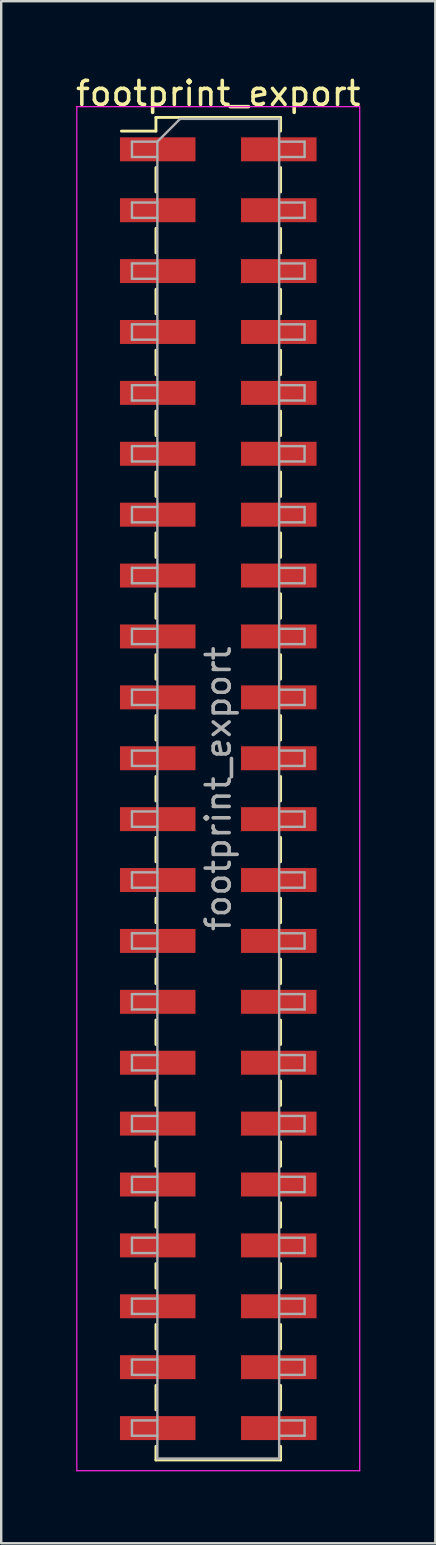
<source format=kicad_pcb>
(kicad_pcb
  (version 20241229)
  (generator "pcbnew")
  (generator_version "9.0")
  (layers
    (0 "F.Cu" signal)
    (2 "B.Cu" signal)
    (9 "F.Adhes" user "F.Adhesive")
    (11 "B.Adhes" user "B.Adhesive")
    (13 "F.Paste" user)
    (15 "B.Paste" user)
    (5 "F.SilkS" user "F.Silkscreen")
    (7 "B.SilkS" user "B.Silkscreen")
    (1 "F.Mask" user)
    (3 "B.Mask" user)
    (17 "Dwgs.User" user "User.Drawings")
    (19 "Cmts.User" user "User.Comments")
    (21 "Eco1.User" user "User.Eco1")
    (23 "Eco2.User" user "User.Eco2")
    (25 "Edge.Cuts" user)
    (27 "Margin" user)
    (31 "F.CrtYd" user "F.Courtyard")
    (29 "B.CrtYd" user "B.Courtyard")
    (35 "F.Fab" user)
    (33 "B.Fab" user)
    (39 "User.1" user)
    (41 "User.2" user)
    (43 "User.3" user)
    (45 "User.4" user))
  (footprint "footprint_export"
    (layer "F.Cu")
    (at 6.054 29.848)
    (property "Reference" "footprint_export" (at 0 -29 0) (layer "F.SilkS") (effects (font (size 1 1) (thickness 0.15))))
    (attr smd)
    (fp_line (start -4.04 -27.43) (end -2.6 -27.43) (stroke (width 0.12) (type solid)) (layer "F.SilkS"))
    (fp_line (start -2.6 -28) (end -2.6 -27.43) (stroke (width 0.12) (type solid)) (layer "F.SilkS"))
    (fp_line (start -2.6 -28) (end 2.6 -28) (stroke (width 0.12) (type solid)) (layer "F.SilkS"))
    (fp_line (start -2.6 -25.91) (end -2.6 -24.89) (stroke (width 0.12) (type solid)) (layer "F.SilkS"))
    (fp_line (start -2.6 -23.37) (end -2.6 -22.35) (stroke (width 0.12) (type solid)) (layer "F.SilkS"))
    (fp_line (start -2.6 -20.83) (end -2.6 -19.81) (stroke (width 0.12) (type solid)) (layer "F.SilkS"))
    (fp_line (start -2.6 -18.29) (end -2.6 -17.27) (stroke (width 0.12) (type solid)) (layer "F.SilkS"))
    (fp_line (start -2.6 -15.75) (end -2.6 -14.73) (stroke (width 0.12) (type solid)) (layer "F.SilkS"))
    (fp_line (start -2.6 -13.21) (end -2.6 -12.19) (stroke (width 0.12) (type solid)) (layer "F.SilkS"))
    (fp_line (start -2.6 -10.67) (end -2.6 -9.65) (stroke (width 0.12) (type solid)) (layer "F.SilkS"))
    (fp_line (start -2.6 -8.13) (end -2.6 -7.11) (stroke (width 0.12) (type solid)) (layer "F.SilkS"))
    (fp_line (start -2.6 -5.59) (end -2.6 -4.57) (stroke (width 0.12) (type solid)) (layer "F.SilkS"))
    (fp_line (start -2.6 -3.05) (end -2.6 -2.03) (stroke (width 0.12) (type solid)) (layer "F.SilkS"))
    (fp_line (start -2.6 -0.51) (end -2.6 0.51) (stroke (width 0.12) (type solid)) (layer "F.SilkS"))
    (fp_line (start -2.6 2.03) (end -2.6 3.05) (stroke (width 0.12) (type solid)) (layer "F.SilkS"))
    (fp_line (start -2.6 4.57) (end -2.6 5.59) (stroke (width 0.12) (type solid)) (layer "F.SilkS"))
    (fp_line (start -2.6 7.11) (end -2.6 8.13) (stroke (width 0.12) (type solid)) (layer "F.SilkS"))
    (fp_line (start -2.6 9.65) (end -2.6 10.67) (stroke (width 0.12) (type solid)) (layer "F.SilkS"))
    (fp_line (start -2.6 12.19) (end -2.6 13.21) (stroke (width 0.12) (type solid)) (layer "F.SilkS"))
    (fp_line (start -2.6 14.73) (end -2.6 15.75) (stroke (width 0.12) (type solid)) (layer "F.SilkS"))
    (fp_line (start -2.6 17.27) (end -2.6 18.29) (stroke (width 0.12) (type solid)) (layer "F.SilkS"))
    (fp_line (start -2.6 19.81) (end -2.6 20.83) (stroke (width 0.12) (type solid)) (layer "F.SilkS"))
    (fp_line (start -2.6 22.35) (end -2.6 23.37) (stroke (width 0.12) (type solid)) (layer "F.SilkS"))
    (fp_line (start -2.6 24.89) (end -2.6 25.91) (stroke (width 0.12) (type solid)) (layer "F.SilkS"))
    (fp_line (start -2.6 27.43) (end -2.6 28) (stroke (width 0.12) (type solid)) (layer "F.SilkS"))
    (fp_line (start -2.6 28) (end 2.6 28) (stroke (width 0.12) (type solid)) (layer "F.SilkS"))
    (fp_line (start 2.6 -28) (end 2.6 -27.43) (stroke (width 0.12) (type solid)) (layer "F.SilkS"))
    (fp_line (start 2.6 -25.91) (end 2.6 -24.89) (stroke (width 0.12) (type solid)) (layer "F.SilkS"))
    (fp_line (start 2.6 -23.37) (end 2.6 -22.35) (stroke (width 0.12) (type solid)) (layer "F.SilkS"))
    (fp_line (start 2.6 -20.83) (end 2.6 -19.81) (stroke (width 0.12) (type solid)) (layer "F.SilkS"))
    (fp_line (start 2.6 -18.29) (end 2.6 -17.27) (stroke (width 0.12) (type solid)) (layer "F.SilkS"))
    (fp_line (start 2.6 -15.75) (end 2.6 -14.73) (stroke (width 0.12) (type solid)) (layer "F.SilkS"))
    (fp_line (start 2.6 -13.21) (end 2.6 -12.19) (stroke (width 0.12) (type solid)) (layer "F.SilkS"))
    (fp_line (start 2.6 -10.67) (end 2.6 -9.65) (stroke (width 0.12) (type solid)) (layer "F.SilkS"))
    (fp_line (start 2.6 -8.13) (end 2.6 -7.11) (stroke (width 0.12) (type solid)) (layer "F.SilkS"))
    (fp_line (start 2.6 -5.59) (end 2.6 -4.57) (stroke (width 0.12) (type solid)) (layer "F.SilkS"))
    (fp_line (start 2.6 -3.05) (end 2.6 -2.03) (stroke (width 0.12) (type solid)) (layer "F.SilkS"))
    (fp_line (start 2.6 -0.51) (end 2.6 0.51) (stroke (width 0.12) (type solid)) (layer "F.SilkS"))
    (fp_line (start 2.6 2.03) (end 2.6 3.05) (stroke (width 0.12) (type solid)) (layer "F.SilkS"))
    (fp_line (start 2.6 4.57) (end 2.6 5.59) (stroke (width 0.12) (type solid)) (layer "F.SilkS"))
    (fp_line (start 2.6 7.11) (end 2.6 8.13) (stroke (width 0.12) (type solid)) (layer "F.SilkS"))
    (fp_line (start 2.6 9.65) (end 2.6 10.67) (stroke (width 0.12) (type solid)) (layer "F.SilkS"))
    (fp_line (start 2.6 12.19) (end 2.6 13.21) (stroke (width 0.12) (type solid)) (layer "F.SilkS"))
    (fp_line (start 2.6 14.73) (end 2.6 15.75) (stroke (width 0.12) (type solid)) (layer "F.SilkS"))
    (fp_line (start 2.6 17.27) (end 2.6 18.29) (stroke (width 0.12) (type solid)) (layer "F.SilkS"))
    (fp_line (start 2.6 19.81) (end 2.6 20.83) (stroke (width 0.12) (type solid)) (layer "F.SilkS"))
    (fp_line (start 2.6 22.35) (end 2.6 23.37) (stroke (width 0.12) (type solid)) (layer "F.SilkS"))
    (fp_line (start 2.6 24.89) (end 2.6 25.91) (stroke (width 0.12) (type solid)) (layer "F.SilkS"))
    (fp_line (start 2.6 27.43) (end 2.6 28) (stroke (width 0.12) (type solid)) (layer "F.SilkS"))
    (fp_line (start -5.9 -28.45) (end -5.9 28.45) (stroke (width 0.05) (type solid)) (layer "F.CrtYd"))
    (fp_line (start -5.9 28.45) (end 5.9 28.45) (stroke (width 0.05) (type solid)) (layer "F.CrtYd"))
    (fp_line (start 5.9 -28.45) (end -5.9 -28.45) (stroke (width 0.05) (type solid)) (layer "F.CrtYd"))
    (fp_line (start 5.9 28.45) (end 5.9 -28.45) (stroke (width 0.05) (type solid)) (layer "F.CrtYd"))
    (fp_line (start -3.6 -26.99) (end -3.6 -26.35) (stroke (width 0.1) (type solid)) (layer "F.Fab"))
    (fp_line (start -3.6 -26.35) (end -2.54 -26.35) (stroke (width 0.1) (type solid)) (layer "F.Fab"))
    (fp_line (start -3.6 -24.45) (end -3.6 -23.81) (stroke (width 0.1) (type solid)) (layer "F.Fab"))
    (fp_line (start -3.6 -23.81) (end -2.54 -23.81) (stroke (width 0.1) (type solid)) (layer "F.Fab"))
    (fp_line (start -3.6 -21.91) (end -3.6 -21.27) (stroke (width 0.1) (type solid)) (layer "F.Fab"))
    (fp_line (start -3.6 -21.27) (end -2.54 -21.27) (stroke (width 0.1) (type solid)) (layer "F.Fab"))
    (fp_line (start -3.6 -19.37) (end -3.6 -18.73) (stroke (width 0.1) (type solid)) (layer "F.Fab"))
    (fp_line (start -3.6 -18.73) (end -2.54 -18.73) (stroke (width 0.1) (type solid)) (layer "F.Fab"))
    (fp_line (start -3.6 -16.83) (end -3.6 -16.19) (stroke (width 0.1) (type solid)) (layer "F.Fab"))
    (fp_line (start -3.6 -16.19) (end -2.54 -16.19) (stroke (width 0.1) (type solid)) (layer "F.Fab"))
    (fp_line (start -3.6 -14.29) (end -3.6 -13.65) (stroke (width 0.1) (type solid)) (layer "F.Fab"))
    (fp_line (start -3.6 -13.65) (end -2.54 -13.65) (stroke (width 0.1) (type solid)) (layer "F.Fab"))
    (fp_line (start -3.6 -11.75) (end -3.6 -11.11) (stroke (width 0.1) (type solid)) (layer "F.Fab"))
    (fp_line (start -3.6 -11.11) (end -2.54 -11.11) (stroke (width 0.1) (type solid)) (layer "F.Fab"))
    (fp_line (start -3.6 -9.21) (end -3.6 -8.57) (stroke (width 0.1) (type solid)) (layer "F.Fab"))
    (fp_line (start -3.6 -8.57) (end -2.54 -8.57) (stroke (width 0.1) (type solid)) (layer "F.Fab"))
    (fp_line (start -3.6 -6.67) (end -3.6 -6.03) (stroke (width 0.1) (type solid)) (layer "F.Fab"))
    (fp_line (start -3.6 -6.03) (end -2.54 -6.03) (stroke (width 0.1) (type solid)) (layer "F.Fab"))
    (fp_line (start -3.6 -4.13) (end -3.6 -3.49) (stroke (width 0.1) (type solid)) (layer "F.Fab"))
    (fp_line (start -3.6 -3.49) (end -2.54 -3.49) (stroke (width 0.1) (type solid)) (layer "F.Fab"))
    (fp_line (start -3.6 -1.59) (end -3.6 -0.95) (stroke (width 0.1) (type solid)) (layer "F.Fab"))
    (fp_line (start -3.6 -0.95) (end -2.54 -0.95) (stroke (width 0.1) (type solid)) (layer "F.Fab"))
    (fp_line (start -3.6 0.95) (end -3.6 1.59) (stroke (width 0.1) (type solid)) (layer "F.Fab"))
    (fp_line (start -3.6 1.59) (end -2.54 1.59) (stroke (width 0.1) (type solid)) (layer "F.Fab"))
    (fp_line (start -3.6 3.49) (end -3.6 4.13) (stroke (width 0.1) (type solid)) (layer "F.Fab"))
    (fp_line (start -3.6 4.13) (end -2.54 4.13) (stroke (width 0.1) (type solid)) (layer "F.Fab"))
    (fp_line (start -3.6 6.03) (end -3.6 6.67) (stroke (width 0.1) (type solid)) (layer "F.Fab"))
    (fp_line (start -3.6 6.67) (end -2.54 6.67) (stroke (width 0.1) (type solid)) (layer "F.Fab"))
    (fp_line (start -3.6 8.57) (end -3.6 9.21) (stroke (width 0.1) (type solid)) (layer "F.Fab"))
    (fp_line (start -3.6 9.21) (end -2.54 9.21) (stroke (width 0.1) (type solid)) (layer "F.Fab"))
    (fp_line (start -3.6 11.11) (end -3.6 11.75) (stroke (width 0.1) (type solid)) (layer "F.Fab"))
    (fp_line (start -3.6 11.75) (end -2.54 11.75) (stroke (width 0.1) (type solid)) (layer "F.Fab"))
    (fp_line (start -3.6 13.65) (end -3.6 14.29) (stroke (width 0.1) (type solid)) (layer "F.Fab"))
    (fp_line (start -3.6 14.29) (end -2.54 14.29) (stroke (width 0.1) (type solid)) (layer "F.Fab"))
    (fp_line (start -3.6 16.19) (end -3.6 16.83) (stroke (width 0.1) (type solid)) (layer "F.Fab"))
    (fp_line (start -3.6 16.83) (end -2.54 16.83) (stroke (width 0.1) (type solid)) (layer "F.Fab"))
    (fp_line (start -3.6 18.73) (end -3.6 19.37) (stroke (width 0.1) (type solid)) (layer "F.Fab"))
    (fp_line (start -3.6 19.37) (end -2.54 19.37) (stroke (width 0.1) (type solid)) (layer "F.Fab"))
    (fp_line (start -3.6 21.27) (end -3.6 21.91) (stroke (width 0.1) (type solid)) (layer "F.Fab"))
    (fp_line (start -3.6 21.91) (end -2.54 21.91) (stroke (width 0.1) (type solid)) (layer "F.Fab"))
    (fp_line (start -3.6 23.81) (end -3.6 24.45) (stroke (width 0.1) (type solid)) (layer "F.Fab"))
    (fp_line (start -3.6 24.45) (end -2.54 24.45) (stroke (width 0.1) (type solid)) (layer "F.Fab"))
    (fp_line (start -3.6 26.35) (end -3.6 26.99) (stroke (width 0.1) (type solid)) (layer "F.Fab"))
    (fp_line (start -3.6 26.99) (end -2.54 26.99) (stroke (width 0.1) (type solid)) (layer "F.Fab"))
    (fp_line (start -2.54 -26.99) (end -3.6 -26.99) (stroke (width 0.1) (type solid)) (layer "F.Fab"))
    (fp_line (start -2.54 -26.99) (end -1.59 -27.94) (stroke (width 0.1) (type solid)) (layer "F.Fab"))
    (fp_line (start -2.54 -24.45) (end -3.6 -24.45) (stroke (width 0.1) (type solid)) (layer "F.Fab"))
    (fp_line (start -2.54 -21.91) (end -3.6 -21.91) (stroke (width 0.1) (type solid)) (layer "F.Fab"))
    (fp_line (start -2.54 -19.37) (end -3.6 -19.37) (stroke (width 0.1) (type solid)) (layer "F.Fab"))
    (fp_line (start -2.54 -16.83) (end -3.6 -16.83) (stroke (width 0.1) (type solid)) (layer "F.Fab"))
    (fp_line (start -2.54 -14.29) (end -3.6 -14.29) (stroke (width 0.1) (type solid)) (layer "F.Fab"))
    (fp_line (start -2.54 -11.75) (end -3.6 -11.75) (stroke (width 0.1) (type solid)) (layer "F.Fab"))
    (fp_line (start -2.54 -9.21) (end -3.6 -9.21) (stroke (width 0.1) (type solid)) (layer "F.Fab"))
    (fp_line (start -2.54 -6.67) (end -3.6 -6.67) (stroke (width 0.1) (type solid)) (layer "F.Fab"))
    (fp_line (start -2.54 -4.13) (end -3.6 -4.13) (stroke (width 0.1) (type solid)) (layer "F.Fab"))
    (fp_line (start -2.54 -1.59) (end -3.6 -1.59) (stroke (width 0.1) (type solid)) (layer "F.Fab"))
    (fp_line (start -2.54 0.95) (end -3.6 0.95) (stroke (width 0.1) (type solid)) (layer "F.Fab"))
    (fp_line (start -2.54 3.49) (end -3.6 3.49) (stroke (width 0.1) (type solid)) (layer "F.Fab"))
    (fp_line (start -2.54 6.03) (end -3.6 6.03) (stroke (width 0.1) (type solid)) (layer "F.Fab"))
    (fp_line (start -2.54 8.57) (end -3.6 8.57) (stroke (width 0.1) (type solid)) (layer "F.Fab"))
    (fp_line (start -2.54 11.11) (end -3.6 11.11) (stroke (width 0.1) (type solid)) (layer "F.Fab"))
    (fp_line (start -2.54 13.65) (end -3.6 13.65) (stroke (width 0.1) (type solid)) (layer "F.Fab"))
    (fp_line (start -2.54 16.19) (end -3.6 16.19) (stroke (width 0.1) (type solid)) (layer "F.Fab"))
    (fp_line (start -2.54 18.73) (end -3.6 18.73) (stroke (width 0.1) (type solid)) (layer "F.Fab"))
    (fp_line (start -2.54 21.27) (end -3.6 21.27) (stroke (width 0.1) (type solid)) (layer "F.Fab"))
    (fp_line (start -2.54 23.81) (end -3.6 23.81) (stroke (width 0.1) (type solid)) (layer "F.Fab"))
    (fp_line (start -2.54 26.35) (end -3.6 26.35) (stroke (width 0.1) (type solid)) (layer "F.Fab"))
    (fp_line (start -2.54 27.94) (end -2.54 -26.99) (stroke (width 0.1) (type solid)) (layer "F.Fab"))
    (fp_line (start -1.59 -27.94) (end 2.54 -27.94) (stroke (width 0.1) (type solid)) (layer "F.Fab"))
    (fp_line (start 2.54 -27.94) (end 2.54 27.94) (stroke (width 0.1) (type solid)) (layer "F.Fab"))
    (fp_line (start 2.54 -26.99) (end 3.6 -26.99) (stroke (width 0.1) (type solid)) (layer "F.Fab"))
    (fp_line (start 2.54 -24.45) (end 3.6 -24.45) (stroke (width 0.1) (type solid)) (layer "F.Fab"))
    (fp_line (start 2.54 -21.91) (end 3.6 -21.91) (stroke (width 0.1) (type solid)) (layer "F.Fab"))
    (fp_line (start 2.54 -19.37) (end 3.6 -19.37) (stroke (width 0.1) (type solid)) (layer "F.Fab"))
    (fp_line (start 2.54 -16.83) (end 3.6 -16.83) (stroke (width 0.1) (type solid)) (layer "F.Fab"))
    (fp_line (start 2.54 -14.29) (end 3.6 -14.29) (stroke (width 0.1) (type solid)) (layer "F.Fab"))
    (fp_line (start 2.54 -11.75) (end 3.6 -11.75) (stroke (width 0.1) (type solid)) (layer "F.Fab"))
    (fp_line (start 2.54 -9.21) (end 3.6 -9.21) (stroke (width 0.1) (type solid)) (layer "F.Fab"))
    (fp_line (start 2.54 -6.67) (end 3.6 -6.67) (stroke (width 0.1) (type solid)) (layer "F.Fab"))
    (fp_line (start 2.54 -4.13) (end 3.6 -4.13) (stroke (width 0.1) (type solid)) (layer "F.Fab"))
    (fp_line (start 2.54 -1.59) (end 3.6 -1.59) (stroke (width 0.1) (type solid)) (layer "F.Fab"))
    (fp_line (start 2.54 0.95) (end 3.6 0.95) (stroke (width 0.1) (type solid)) (layer "F.Fab"))
    (fp_line (start 2.54 3.49) (end 3.6 3.49) (stroke (width 0.1) (type solid)) (layer "F.Fab"))
    (fp_line (start 2.54 6.03) (end 3.6 6.03) (stroke (width 0.1) (type solid)) (layer "F.Fab"))
    (fp_line (start 2.54 8.57) (end 3.6 8.57) (stroke (width 0.1) (type solid)) (layer "F.Fab"))
    (fp_line (start 2.54 11.11) (end 3.6 11.11) (stroke (width 0.1) (type solid)) (layer "F.Fab"))
    (fp_line (start 2.54 13.65) (end 3.6 13.65) (stroke (width 0.1) (type solid)) (layer "F.Fab"))
    (fp_line (start 2.54 16.19) (end 3.6 16.19) (stroke (width 0.1) (type solid)) (layer "F.Fab"))
    (fp_line (start 2.54 18.73) (end 3.6 18.73) (stroke (width 0.1) (type solid)) (layer "F.Fab"))
    (fp_line (start 2.54 21.27) (end 3.6 21.27) (stroke (width 0.1) (type solid)) (layer "F.Fab"))
    (fp_line (start 2.54 23.81) (end 3.6 23.81) (stroke (width 0.1) (type solid)) (layer "F.Fab"))
    (fp_line (start 2.54 26.35) (end 3.6 26.35) (stroke (width 0.1) (type solid)) (layer "F.Fab"))
    (fp_line (start 2.54 27.94) (end -2.54 27.94) (stroke (width 0.1) (type solid)) (layer "F.Fab"))
    (fp_line (start 3.6 -26.99) (end 3.6 -26.35) (stroke (width 0.1) (type solid)) (layer "F.Fab"))
    (fp_line (start 3.6 -26.35) (end 2.54 -26.35) (stroke (width 0.1) (type solid)) (layer "F.Fab"))
    (fp_line (start 3.6 -24.45) (end 3.6 -23.81) (stroke (width 0.1) (type solid)) (layer "F.Fab"))
    (fp_line (start 3.6 -23.81) (end 2.54 -23.81) (stroke (width 0.1) (type solid)) (layer "F.Fab"))
    (fp_line (start 3.6 -21.91) (end 3.6 -21.27) (stroke (width 0.1) (type solid)) (layer "F.Fab"))
    (fp_line (start 3.6 -21.27) (end 2.54 -21.27) (stroke (width 0.1) (type solid)) (layer "F.Fab"))
    (fp_line (start 3.6 -19.37) (end 3.6 -18.73) (stroke (width 0.1) (type solid)) (layer "F.Fab"))
    (fp_line (start 3.6 -18.73) (end 2.54 -18.73) (stroke (width 0.1) (type solid)) (layer "F.Fab"))
    (fp_line (start 3.6 -16.83) (end 3.6 -16.19) (stroke (width 0.1) (type solid)) (layer "F.Fab"))
    (fp_line (start 3.6 -16.19) (end 2.54 -16.19) (stroke (width 0.1) (type solid)) (layer "F.Fab"))
    (fp_line (start 3.6 -14.29) (end 3.6 -13.65) (stroke (width 0.1) (type solid)) (layer "F.Fab"))
    (fp_line (start 3.6 -13.65) (end 2.54 -13.65) (stroke (width 0.1) (type solid)) (layer "F.Fab"))
    (fp_line (start 3.6 -11.75) (end 3.6 -11.11) (stroke (width 0.1) (type solid)) (layer "F.Fab"))
    (fp_line (start 3.6 -11.11) (end 2.54 -11.11) (stroke (width 0.1) (type solid)) (layer "F.Fab"))
    (fp_line (start 3.6 -9.21) (end 3.6 -8.57) (stroke (width 0.1) (type solid)) (layer "F.Fab"))
    (fp_line (start 3.6 -8.57) (end 2.54 -8.57) (stroke (width 0.1) (type solid)) (layer "F.Fab"))
    (fp_line (start 3.6 -6.67) (end 3.6 -6.03) (stroke (width 0.1) (type solid)) (layer "F.Fab"))
    (fp_line (start 3.6 -6.03) (end 2.54 -6.03) (stroke (width 0.1) (type solid)) (layer "F.Fab"))
    (fp_line (start 3.6 -4.13) (end 3.6 -3.49) (stroke (width 0.1) (type solid)) (layer "F.Fab"))
    (fp_line (start 3.6 -3.49) (end 2.54 -3.49) (stroke (width 0.1) (type solid)) (layer "F.Fab"))
    (fp_line (start 3.6 -1.59) (end 3.6 -0.95) (stroke (width 0.1) (type solid)) (layer "F.Fab"))
    (fp_line (start 3.6 -0.95) (end 2.54 -0.95) (stroke (width 0.1) (type solid)) (layer "F.Fab"))
    (fp_line (start 3.6 0.95) (end 3.6 1.59) (stroke (width 0.1) (type solid)) (layer "F.Fab"))
    (fp_line (start 3.6 1.59) (end 2.54 1.59) (stroke (width 0.1) (type solid)) (layer "F.Fab"))
    (fp_line (start 3.6 3.49) (end 3.6 4.13) (stroke (width 0.1) (type solid)) (layer "F.Fab"))
    (fp_line (start 3.6 4.13) (end 2.54 4.13) (stroke (width 0.1) (type solid)) (layer "F.Fab"))
    (fp_line (start 3.6 6.03) (end 3.6 6.67) (stroke (width 0.1) (type solid)) (layer "F.Fab"))
    (fp_line (start 3.6 6.67) (end 2.54 6.67) (stroke (width 0.1) (type solid)) (layer "F.Fab"))
    (fp_line (start 3.6 8.57) (end 3.6 9.21) (stroke (width 0.1) (type solid)) (layer "F.Fab"))
    (fp_line (start 3.6 9.21) (end 2.54 9.21) (stroke (width 0.1) (type solid)) (layer "F.Fab"))
    (fp_line (start 3.6 11.11) (end 3.6 11.75) (stroke (width 0.1) (type solid)) (layer "F.Fab"))
    (fp_line (start 3.6 11.75) (end 2.54 11.75) (stroke (width 0.1) (type solid)) (layer "F.Fab"))
    (fp_line (start 3.6 13.65) (end 3.6 14.29) (stroke (width 0.1) (type solid)) (layer "F.Fab"))
    (fp_line (start 3.6 14.29) (end 2.54 14.29) (stroke (width 0.1) (type solid)) (layer "F.Fab"))
    (fp_line (start 3.6 16.19) (end 3.6 16.83) (stroke (width 0.1) (type solid)) (layer "F.Fab"))
    (fp_line (start 3.6 16.83) (end 2.54 16.83) (stroke (width 0.1) (type solid)) (layer "F.Fab"))
    (fp_line (start 3.6 18.73) (end 3.6 19.37) (stroke (width 0.1) (type solid)) (layer "F.Fab"))
    (fp_line (start 3.6 19.37) (end 2.54 19.37) (stroke (width 0.1) (type solid)) (layer "F.Fab"))
    (fp_line (start 3.6 21.27) (end 3.6 21.91) (stroke (width 0.1) (type solid)) (layer "F.Fab"))
    (fp_line (start 3.6 21.91) (end 2.54 21.91) (stroke (width 0.1) (type solid)) (layer "F.Fab"))
    (fp_line (start 3.6 23.81) (end 3.6 24.45) (stroke (width 0.1) (type solid)) (layer "F.Fab"))
    (fp_line (start 3.6 24.45) (end 2.54 24.45) (stroke (width 0.1) (type solid)) (layer "F.Fab"))
    (fp_line (start 3.6 26.35) (end 3.6 26.99) (stroke (width 0.1) (type solid)) (layer "F.Fab"))
    (fp_line (start 3.6 26.99) (end 2.54 26.99) (stroke (width 0.1) (type solid)) (layer "F.Fab"))
    (fp_text user "${REFERENCE}" (at 0 0 90) (layer "F.Fab") (effects (font (size 1 1) (thickness 0.15))))
    (pad "1" smd rect (at -2.525 -26.67) (size 3.15 1) (layers "F.Cu" "F.Mask" "F.Paste"))
    (pad "2" smd rect (at 2.525 -26.67) (size 3.15 1) (layers "F.Cu" "F.Mask" "F.Paste"))
    (pad "3" smd rect (at -2.525 -24.13) (size 3.15 1) (layers "F.Cu" "F.Mask" "F.Paste"))
    (pad "4" smd rect (at 2.525 -24.13) (size 3.15 1) (layers "F.Cu" "F.Mask" "F.Paste"))
    (pad "5" smd rect (at -2.525 -21.59) (size 3.15 1) (layers "F.Cu" "F.Mask" "F.Paste"))
    (pad "6" smd rect (at 2.525 -21.59) (size 3.15 1) (layers "F.Cu" "F.Mask" "F.Paste"))
    (pad "7" smd rect (at -2.525 -19.05) (size 3.15 1) (layers "F.Cu" "F.Mask" "F.Paste"))
    (pad "8" smd rect (at 2.525 -19.05) (size 3.15 1) (layers "F.Cu" "F.Mask" "F.Paste"))
    (pad "9" smd rect (at -2.525 -16.51) (size 3.15 1) (layers "F.Cu" "F.Mask" "F.Paste"))
    (pad "10" smd rect (at 2.525 -16.51) (size 3.15 1) (layers "F.Cu" "F.Mask" "F.Paste"))
    (pad "11" smd rect (at -2.525 -13.97) (size 3.15 1) (layers "F.Cu" "F.Mask" "F.Paste"))
    (pad "12" smd rect (at 2.525 -13.97) (size 3.15 1) (layers "F.Cu" "F.Mask" "F.Paste"))
    (pad "13" smd rect (at -2.525 -11.43) (size 3.15 1) (layers "F.Cu" "F.Mask" "F.Paste"))
    (pad "14" smd rect (at 2.525 -11.43) (size 3.15 1) (layers "F.Cu" "F.Mask" "F.Paste"))
    (pad "15" smd rect (at -2.525 -8.89) (size 3.15 1) (layers "F.Cu" "F.Mask" "F.Paste"))
    (pad "16" smd rect (at 2.525 -8.89) (size 3.15 1) (layers "F.Cu" "F.Mask" "F.Paste"))
    (pad "17" smd rect (at -2.525 -6.35) (size 3.15 1) (layers "F.Cu" "F.Mask" "F.Paste"))
    (pad "18" smd rect (at 2.525 -6.35) (size 3.15 1) (layers "F.Cu" "F.Mask" "F.Paste"))
    (pad "19" smd rect (at -2.525 -3.81) (size 3.15 1) (layers "F.Cu" "F.Mask" "F.Paste"))
    (pad "20" smd rect (at 2.525 -3.81) (size 3.15 1) (layers "F.Cu" "F.Mask" "F.Paste"))
    (pad "21" smd rect (at -2.525 -1.27) (size 3.15 1) (layers "F.Cu" "F.Mask" "F.Paste"))
    (pad "22" smd rect (at 2.525 -1.27) (size 3.15 1) (layers "F.Cu" "F.Mask" "F.Paste"))
    (pad "23" smd rect (at -2.525 1.27) (size 3.15 1) (layers "F.Cu" "F.Mask" "F.Paste"))
    (pad "24" smd rect (at 2.525 1.27) (size 3.15 1) (layers "F.Cu" "F.Mask" "F.Paste"))
    (pad "25" smd rect (at -2.525 3.81) (size 3.15 1) (layers "F.Cu" "F.Mask" "F.Paste"))
    (pad "26" smd rect (at 2.525 3.81) (size 3.15 1) (layers "F.Cu" "F.Mask" "F.Paste"))
    (pad "27" smd rect (at -2.525 6.35) (size 3.15 1) (layers "F.Cu" "F.Mask" "F.Paste"))
    (pad "28" smd rect (at 2.525 6.35) (size 3.15 1) (layers "F.Cu" "F.Mask" "F.Paste"))
    (pad "29" smd rect (at -2.525 8.89) (size 3.15 1) (layers "F.Cu" "F.Mask" "F.Paste"))
    (pad "30" smd rect (at 2.525 8.89) (size 3.15 1) (layers "F.Cu" "F.Mask" "F.Paste"))
    (pad "31" smd rect (at -2.525 11.43) (size 3.15 1) (layers "F.Cu" "F.Mask" "F.Paste"))
    (pad "32" smd rect (at 2.525 11.43) (size 3.15 1) (layers "F.Cu" "F.Mask" "F.Paste"))
    (pad "33" smd rect (at -2.525 13.97) (size 3.15 1) (layers "F.Cu" "F.Mask" "F.Paste"))
    (pad "34" smd rect (at 2.525 13.97) (size 3.15 1) (layers "F.Cu" "F.Mask" "F.Paste"))
    (pad "35" smd rect (at -2.525 16.51) (size 3.15 1) (layers "F.Cu" "F.Mask" "F.Paste"))
    (pad "36" smd rect (at 2.525 16.51) (size 3.15 1) (layers "F.Cu" "F.Mask" "F.Paste"))
    (pad "37" smd rect (at -2.525 19.05) (size 3.15 1) (layers "F.Cu" "F.Mask" "F.Paste"))
    (pad "38" smd rect (at 2.525 19.05) (size 3.15 1) (layers "F.Cu" "F.Mask" "F.Paste"))
    (pad "39" smd rect (at -2.525 21.59) (size 3.15 1) (layers "F.Cu" "F.Mask" "F.Paste"))
    (pad "40" smd rect (at 2.525 21.59) (size 3.15 1) (layers "F.Cu" "F.Mask" "F.Paste"))
    (pad "41" smd rect (at -2.525 24.13) (size 3.15 1) (layers "F.Cu" "F.Mask" "F.Paste"))
    (pad "42" smd rect (at 2.525 24.13) (size 3.15 1) (layers "F.Cu" "F.Mask" "F.Paste"))
    (pad "43" smd rect (at -2.525 26.67) (size 3.15 1) (layers "F.Cu" "F.Mask" "F.Paste"))
    (pad "44" smd rect (at 2.525 26.67) (size 3.15 1) (layers "F.Cu" "F.Mask" "F.Paste")))
  (gr_rect
    (start -3 -3)
    (end 15.107 61.323)
    (stroke (width 0.1) (type default))
    (fill no)
    (layer "Edge.Cuts")))
</source>
